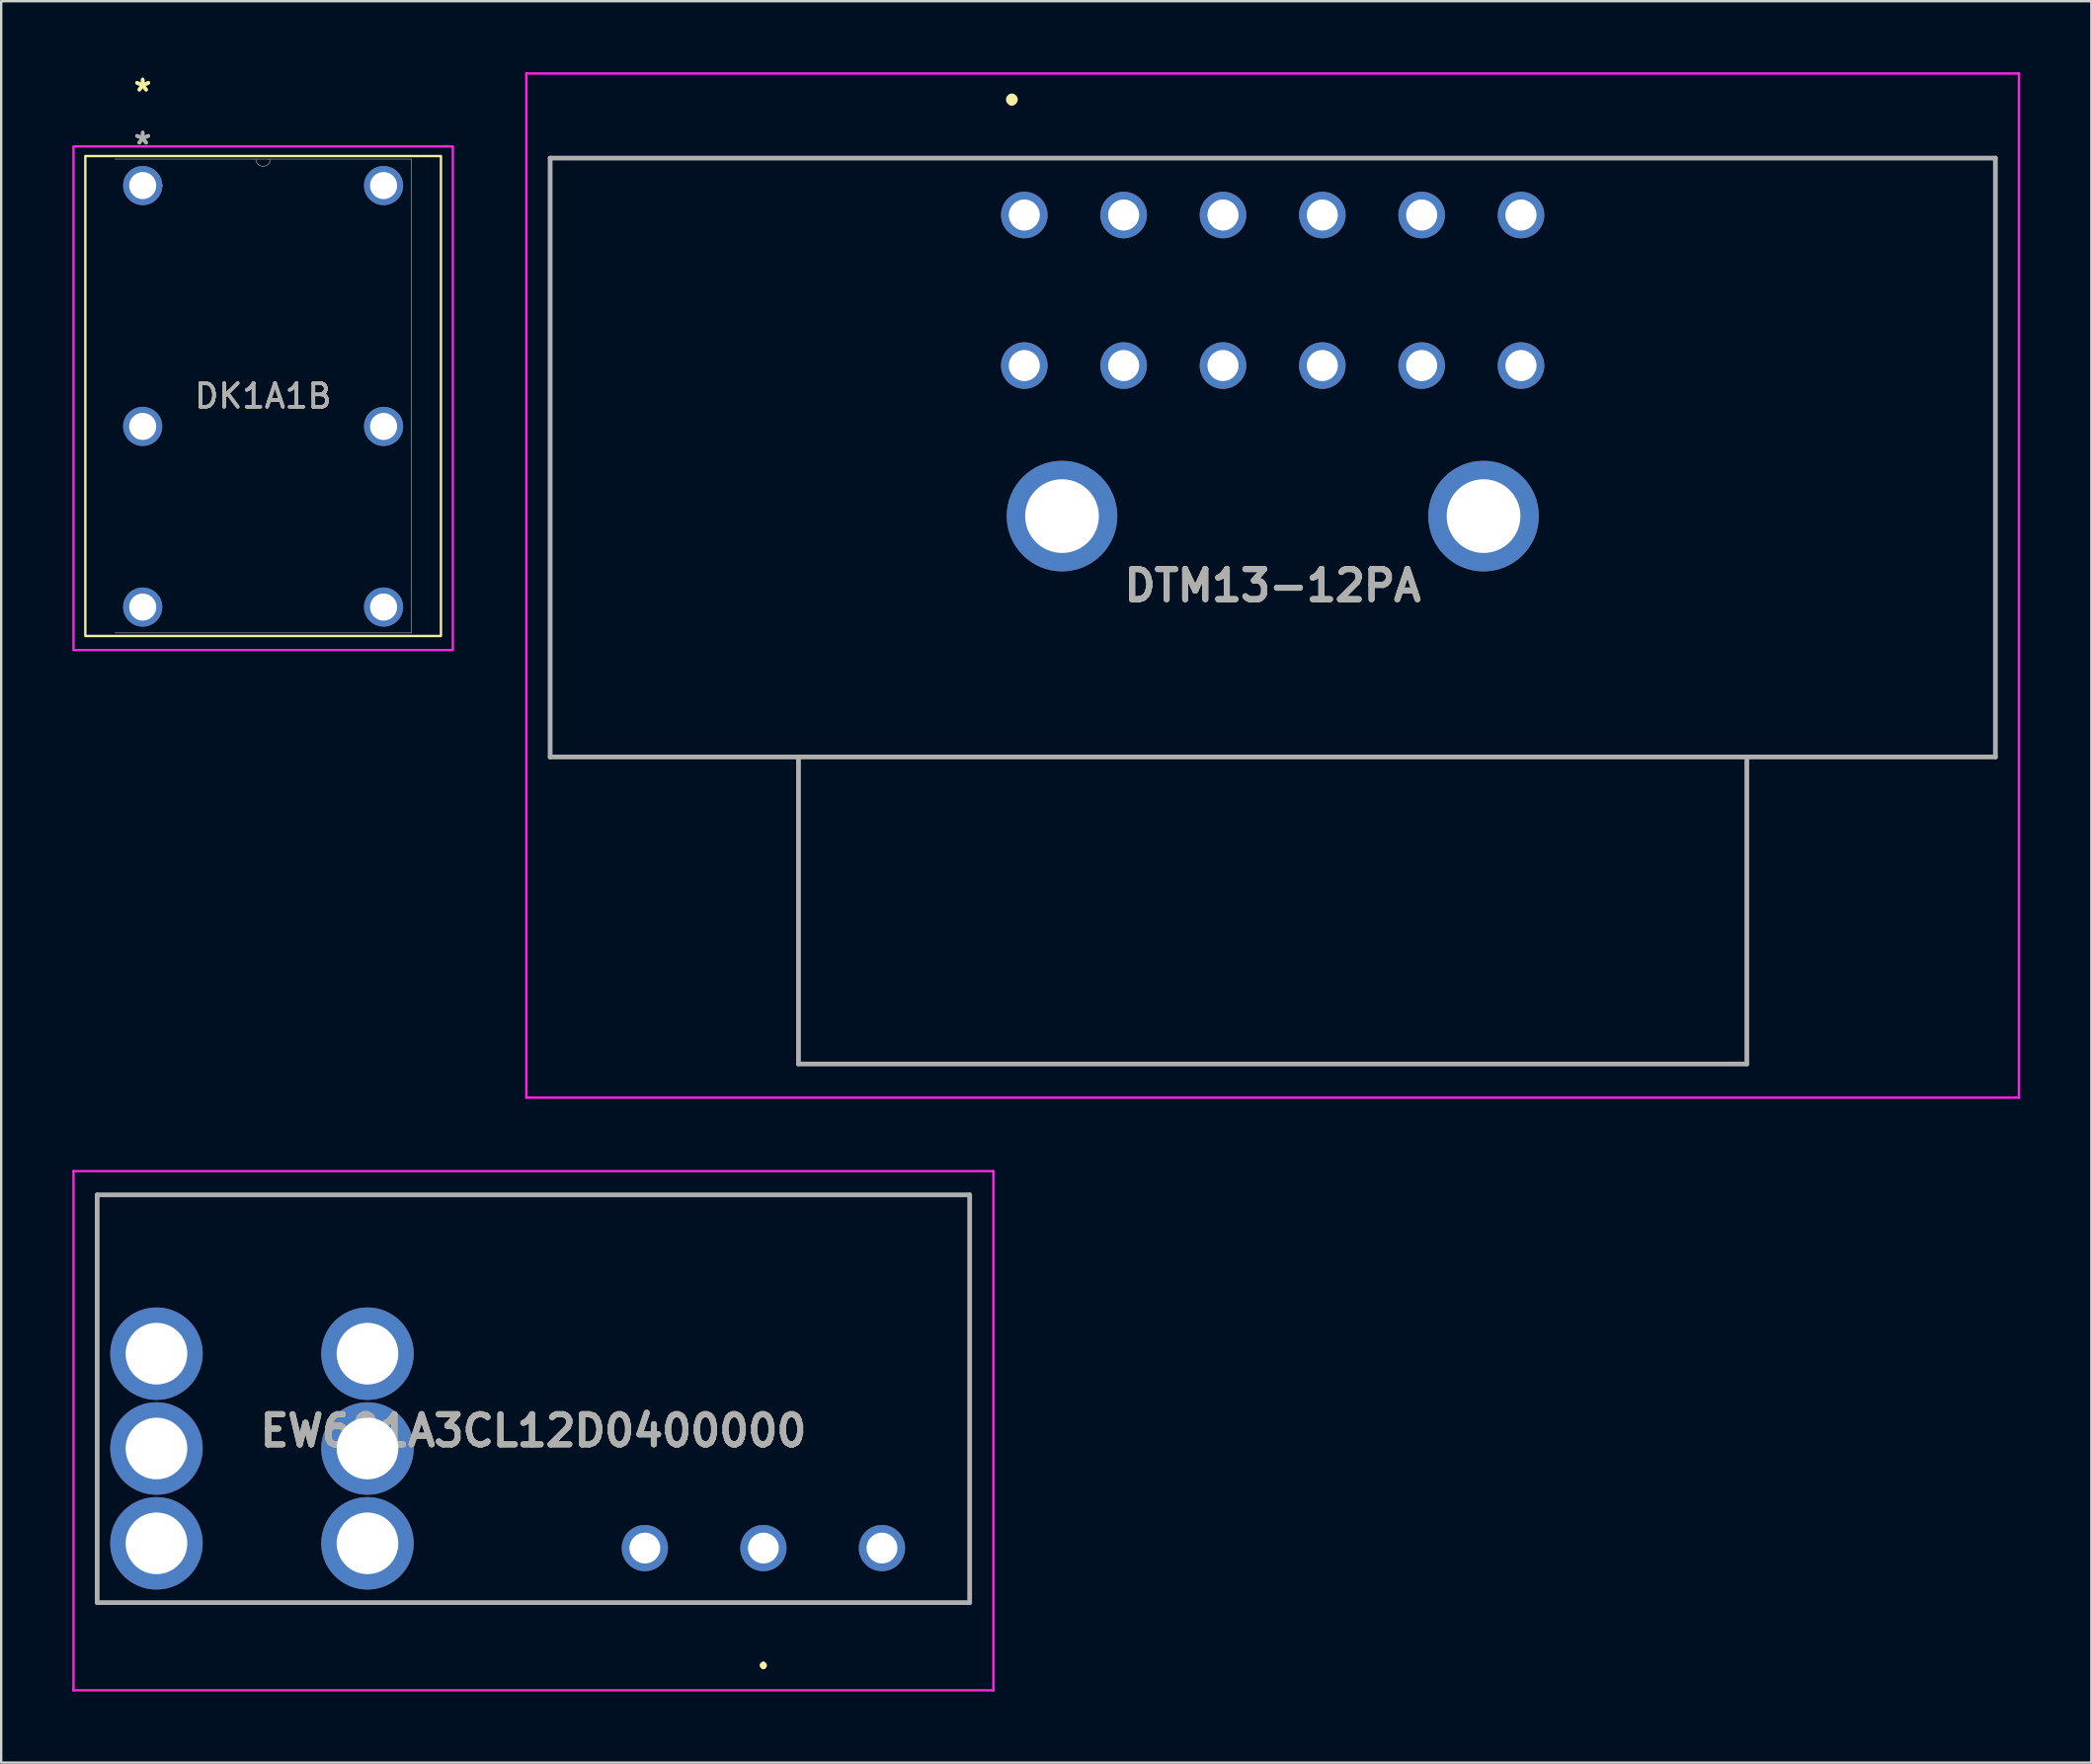
<source format=kicad_pcb>
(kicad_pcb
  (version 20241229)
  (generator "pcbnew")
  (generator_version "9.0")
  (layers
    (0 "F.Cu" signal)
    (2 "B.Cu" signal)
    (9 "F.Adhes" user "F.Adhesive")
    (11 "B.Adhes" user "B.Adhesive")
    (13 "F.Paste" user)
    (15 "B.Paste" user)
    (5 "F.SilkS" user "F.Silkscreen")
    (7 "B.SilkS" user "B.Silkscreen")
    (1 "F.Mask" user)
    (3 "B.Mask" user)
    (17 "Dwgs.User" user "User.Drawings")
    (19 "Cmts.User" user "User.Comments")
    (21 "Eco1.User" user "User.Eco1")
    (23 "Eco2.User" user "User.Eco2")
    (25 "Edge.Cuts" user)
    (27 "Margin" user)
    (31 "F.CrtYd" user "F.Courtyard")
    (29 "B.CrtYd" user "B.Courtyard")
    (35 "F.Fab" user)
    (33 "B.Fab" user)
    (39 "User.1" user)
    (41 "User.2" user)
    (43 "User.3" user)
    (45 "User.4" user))
  (footprint "DTM13-12PA"
    (layer "F.Cu")
    (at 40.155 6.02)
    (property "Reference" "DTM13-12PA" (at 10.475 15.63 0) (layer "F.SilkS") (effects (font (size 1.27 1.27) (thickness 0.254))))
    (attr through_hole)
    (fp_line (start -20 -2.4) (end 40.96 -2.4) (stroke (width 0.1) (type solid)) (layer "F.SilkS"))
    (fp_line (start -20 22.86) (end -20 -2.4) (stroke (width 0.1) (type solid)) (layer "F.SilkS"))
    (fp_line (start -0.525 -4.97) (end -0.525 -4.97) (stroke (width 0.3) (type solid)) (layer "F.SilkS"))
    (fp_line (start -0.525 -4.77) (end -0.525 -4.77) (stroke (width 0.3) (type solid)) (layer "F.SilkS"))
    (fp_line (start 40.96 -2.4) (end 40.96 22.86) (stroke (width 0.1) (type solid)) (layer "F.SilkS"))
    (fp_line (start 40.96 22.86) (end -20 22.86) (stroke (width 0.1) (type solid)) (layer "F.SilkS"))
    (fp_arc (start -0.525 -4.97) (mid -0.425 -4.87) (end -0.525 -4.77) (stroke (width 0.3) (type solid)) (layer "F.SilkS"))
    (fp_arc (start -0.525 -4.77) (mid -0.625 -4.87) (end -0.525 -4.97) (stroke (width 0.3) (type solid)) (layer "F.SilkS"))
    (fp_line (start -21.005 -5.97) (end 41.955 -5.97) (stroke (width 0.1) (type solid)) (layer "F.CrtYd"))
    (fp_line (start -21.005 37.23) (end -21.005 -5.97) (stroke (width 0.1) (type solid)) (layer "F.CrtYd"))
    (fp_line (start 41.955 -5.97) (end 41.955 37.23) (stroke (width 0.1) (type solid)) (layer "F.CrtYd"))
    (fp_line (start 41.955 37.23) (end -21.005 37.23) (stroke (width 0.1) (type solid)) (layer "F.CrtYd"))
    (fp_line (start -20 -2.4) (end -20 22.86) (stroke (width 0.2) (type solid)) (layer "F.Fab"))
    (fp_line (start -20 22.86) (end 40.96 22.86) (stroke (width 0.2) (type solid)) (layer "F.Fab"))
    (fp_line (start -9.525 22.86) (end -9.525 35.81) (stroke (width 0.2) (type solid)) (layer "F.Fab"))
    (fp_line (start -9.525 35.81) (end 30.475 35.81) (stroke (width 0.2) (type solid)) (layer "F.Fab"))
    (fp_line (start 30.475 35.81) (end 30.475 22.86) (stroke (width 0.2) (type solid)) (layer "F.Fab"))
    (fp_line (start 40.96 -2.4) (end -20 -2.4) (stroke (width 0.2) (type solid)) (layer "F.Fab"))
    (fp_line (start 40.96 22.86) (end 40.96 -2.4) (stroke (width 0.2) (type solid)) (layer "F.Fab"))
    (fp_text user "${REFERENCE}" (at 10.475 15.63 0) (layer "F.Fab") (effects (font (size 1.27 1.27) (thickness 0.254))))
    (pad "1" thru_hole circle (at 0 0) (size 1.965 1.965) (drill 1.31) (layers "*.Cu" "*.Mask"))
    (pad "2" thru_hole circle (at 4.19 0) (size 1.965 1.965) (drill 1.31) (layers "*.Cu" "*.Mask"))
    (pad "3" thru_hole circle (at 8.38 0) (size 1.965 1.965) (drill 1.31) (layers "*.Cu" "*.Mask"))
    (pad "4" thru_hole circle (at 12.57 0) (size 1.965 1.965) (drill 1.31) (layers "*.Cu" "*.Mask"))
    (pad "5" thru_hole circle (at 16.76 0) (size 1.965 1.965) (drill 1.31) (layers "*.Cu" "*.Mask"))
    (pad "6" thru_hole circle (at 20.95 0) (size 1.965 1.965) (drill 1.31) (layers "*.Cu" "*.Mask"))
    (pad "7" thru_hole circle (at 20.95 6.35) (size 1.965 1.965) (drill 1.31) (layers "*.Cu" "*.Mask"))
    (pad "8" thru_hole circle (at 16.76 6.35) (size 1.965 1.965) (drill 1.31) (layers "*.Cu" "*.Mask"))
    (pad "9" thru_hole circle (at 12.57 6.35) (size 1.965 1.965) (drill 1.31) (layers "*.Cu" "*.Mask"))
    (pad "10" thru_hole circle (at 8.38 6.35) (size 1.965 1.965) (drill 1.31) (layers "*.Cu" "*.Mask"))
    (pad "11" thru_hole circle (at 4.19 6.35) (size 1.965 1.965) (drill 1.31) (layers "*.Cu" "*.Mask"))
    (pad "12" thru_hole circle (at 0 6.35) (size 1.965 1.965) (drill 1.31) (layers "*.Cu" "*.Mask"))
    (pad "MH1" thru_hole circle (at 1.59 12.7) (size 4.665 4.665) (drill 3.11) (layers "*.Cu" "*.Mask"))
    (pad "MH2" thru_hole circle (at 19.37 12.7) (size 4.665 4.665) (drill 3.11) (layers "*.Cu" "*.Mask")))
  (footprint "EW601A3CL12D0400000"
    (layer "F.Cu")
    (at 29.15 62.25)
    (property "Reference" "EW601A3CL12D0400000" (at -9.7 -4.95 0) (layer "F.SilkS") (effects (font (size 1.27 1.27) (thickness 0.254))))
    (attr through_hole)
    (fp_line (start -28.1 -14.9) (end -28.1 2.3) (stroke (width 0.1) (type solid)) (layer "F.SilkS"))
    (fp_line (start -28.1 2.3) (end 8.7 2.3) (stroke (width 0.1) (type solid)) (layer "F.SilkS"))
    (fp_line (start 0 4.9) (end 0 4.9) (stroke (width 0.2) (type solid)) (layer "F.SilkS"))
    (fp_line (start 0 4.9) (end 0 4.9) (stroke (width 0.2) (type solid)) (layer "F.SilkS"))
    (fp_line (start 0 5) (end 0 5) (stroke (width 0.2) (type solid)) (layer "F.SilkS"))
    (fp_line (start 8.7 -14.9) (end -28.1 -14.9) (stroke (width 0.1) (type solid)) (layer "F.SilkS"))
    (fp_line (start 8.7 2.3) (end 8.7 -14.9) (stroke (width 0.1) (type solid)) (layer "F.SilkS"))
    (fp_arc (start 0 4.9) (mid 0.05 4.95) (end 0 5) (stroke (width 0.2) (type solid)) (layer "F.SilkS"))
    (fp_arc (start 0 5) (mid -0.05 4.95) (end 0 4.9) (stroke (width 0.2) (type solid)) (layer "F.SilkS"))
    (fp_arc (start 0 5) (mid -0.05 4.95) (end 0 4.9) (stroke (width 0.2) (type solid)) (layer "F.SilkS"))
    (fp_line (start -29.1 -15.9) (end -29.1 6) (stroke (width 0.1) (type solid)) (layer "F.CrtYd"))
    (fp_line (start -29.1 6) (end 9.7 6) (stroke (width 0.1) (type solid)) (layer "F.CrtYd"))
    (fp_line (start 9.7 -15.9) (end -29.1 -15.9) (stroke (width 0.1) (type solid)) (layer "F.CrtYd"))
    (fp_line (start 9.7 6) (end 9.7 -15.9) (stroke (width 0.1) (type solid)) (layer "F.CrtYd"))
    (fp_line (start -28.1 -14.9) (end 8.7 -14.9) (stroke (width 0.2) (type solid)) (layer "F.Fab"))
    (fp_line (start -28.1 2.3) (end -28.1 -14.9) (stroke (width 0.2) (type solid)) (layer "F.Fab"))
    (fp_line (start 8.7 -14.9) (end 8.7 2.3) (stroke (width 0.2) (type solid)) (layer "F.Fab"))
    (fp_line (start 8.7 2.3) (end -28.1 2.3) (stroke (width 0.2) (type solid)) (layer "F.Fab"))
    (fp_text user "${REFERENCE}" (at -9.7 -4.95 0) (layer "F.Fab") (effects (font (size 1.27 1.27) (thickness 0.254))))
    (pad "1" thru_hole circle (at -25.6 -0.2) (size 3.9 3.9) (drill 2.6) (layers "*.Cu" "*.Mask"))
    (pad "2" thru_hole circle (at -25.6 -4.2) (size 3.9 3.9) (drill 2.6) (layers "*.Cu" "*.Mask"))
    (pad "3" thru_hole circle (at -25.6 -8.2) (size 3.9 3.9) (drill 2.6) (layers "*.Cu" "*.Mask"))
    (pad "4" thru_hole circle (at -16.7 -0.2) (size 3.9 3.9) (drill 2.6) (layers "*.Cu" "*.Mask"))
    (pad "5" thru_hole circle (at -16.7 -4.2) (size 3.9 3.9) (drill 2.6) (layers "*.Cu" "*.Mask"))
    (pad "6" thru_hole circle (at -16.7 -8.2) (size 3.9 3.9) (drill 2.6) (layers "*.Cu" "*.Mask"))
    (pad "A1" thru_hole circle (at 0 0) (size 1.95 1.95) (drill 1.3) (layers "*.Cu" "*.Mask"))
    (pad "A2" thru_hole circle (at 5 0) (size 1.95 1.95) (drill 1.3) (layers "*.Cu" "*.Mask"))
    (pad "A3" thru_hole circle (at -5 0) (size 1.95 1.95) (drill 1.3) (layers "*.Cu" "*.Mask")))
  (footprint "DK1A1B"
    (layer "F.Cu")
    (at 2.969 4.777)
    (property "Reference" "DK1A1B" (at 5.08 8.877 0) (unlocked yes) (layer "F.SilkS") (effects (font (size 1 1) (thickness 0.15))))
    (attr through_hole)
    (fp_rect (start -2.42 -1.245) (end 12.58 19) (stroke (width 0.1) (type default)) (fill no) (layer "F.SilkS"))
    (fp_rect (start -2.919 -1.651) (end 13.081 19.594) (stroke (width 0.1) (type default)) (fill no) (layer "F.CrtYd"))
    (fp_line (start -1.168 18.872) (end 11.328 18.872) (stroke (width 0.025) (type solid)) (layer "F.Fab"))
    (fp_line (start 11.328 -1.118) (end -1.168 -1.118) (stroke (width 0.025) (type solid)) (layer "F.Fab"))
    (fp_line (start 11.328 18.872) (end 11.328 -1.118) (stroke (width 0.025) (type solid)) (layer "F.Fab"))
    (fp_arc (start 5.3848 -1.1176) (mid 5.08 -0.8128) (end 4.7752 -1.1176) (stroke (width 0.0254) (type solid)) (layer "F.Fab"))
    (fp_circle (center 0.826 0) (end 0.826 0) (stroke (width 0.025) (type solid)) (fill no) (layer "F.Fab"))
    (fp_text user "*" (at 0 -3.929 0) (layer "F.SilkS") (effects (font (size 1 1) (thickness 0.15))))
    (fp_text user "*" (at 0 -3.929 0) (unlocked yes) (layer "F.SilkS") (effects (font (size 1 1) (thickness 0.15))))
    (fp_text user "*" (at 0 -1.693 0) (unlocked yes) (layer "F.Fab") (effects (font (size 1 1) (thickness 0.15))))
    (fp_text user "${REFERENCE}" (at 5.08 8.877 0) (unlocked yes) (layer "F.Fab") (effects (font (size 1 1) (thickness 0.15))))
    (fp_text user "*" (at 0 -1.693 0) (layer "F.Fab") (effects (font (size 1 1) (thickness 0.15))))
    (pad "1" thru_hole circle (at 0 0) (size 1.651 1.651) (drill 1.143) (layers "*.Cu" "*.Mask"))
    (pad "3" thru_hole circle (at 0 10.16) (size 1.651 1.651) (drill 1.143) (layers "*.Cu" "*.Mask"))
    (pad "4" thru_hole circle (at 0 17.78) (size 1.651 1.651) (drill 1.143) (layers "*.Cu" "*.Mask"))
    (pad "5" thru_hole circle (at 10.16 17.78) (size 1.651 1.651) (drill 1.143) (layers "*.Cu" "*.Mask"))
    (pad "6" thru_hole circle (at 10.16 10.16) (size 1.651 1.651) (drill 1.143) (layers "*.Cu" "*.Mask"))
    (pad "8" thru_hole circle (at 10.16 0) (size 1.651 1.651) (drill 1.143) (layers "*.Cu" "*.Mask")))
  (gr_rect
    (start -3 -3)
    (end 85.16 71.3)
    (stroke (width 0.1) (type default))
    (fill no)
    (layer "Edge.Cuts")))
</source>
